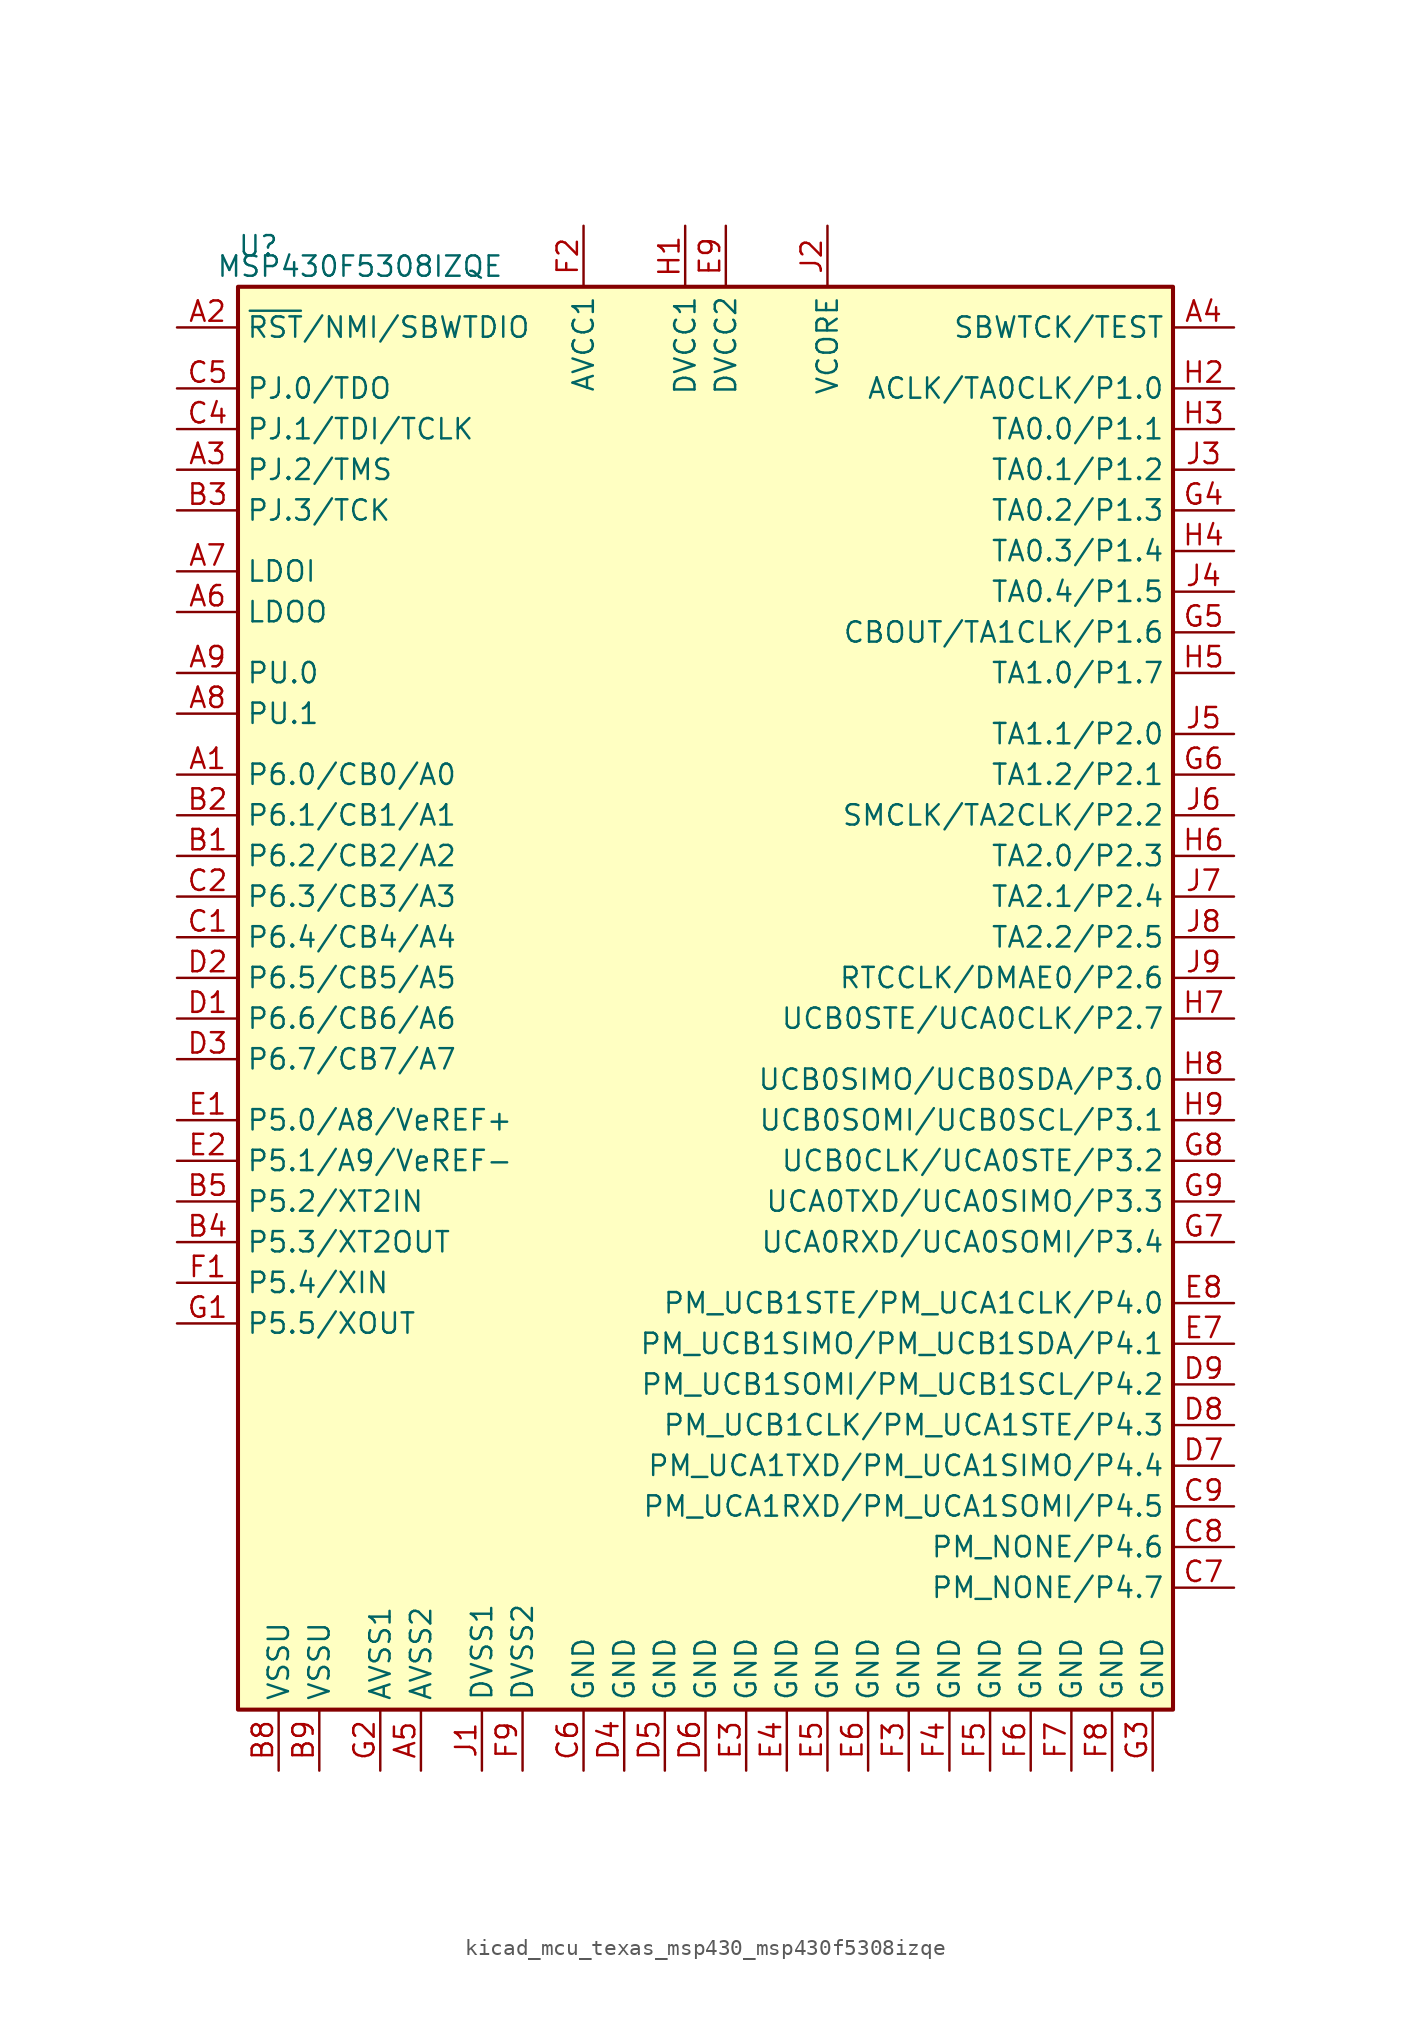
<source format=kicad_sym>
(kicad_symbol_lib
  (version 20220914)
  (generator kicad_symbol_editor)
  (symbol "kicad_mcu_texas_msp430_msp430f5308izqe"
    (property "Reference" "U"
      (at -27.94 46.99 0)
      (effects (font (size 1.27 1.27))))
    (property "Value" "MSP430F5308IZQE"
      (at -21.59 45.72 0)
      (effects (font (size 1.27 1.27))))
    (symbol "kicad_mcu_texas_msp430_msp430f5308izqe_0_1"
      (rectangle (start -29.21 44.45) (end 29.21 -44.45) (stroke (width 0.254) (type default)) (fill (type background))))
    (symbol "kicad_mcu_texas_msp430_msp430f5308izqe_1_1"
      (pin bidirectional line (at -33.02 13.97 0) (length 3.81) (name "P6.0/CB0/A0" (effects (font (size 1.27 1.27)))) (number "A1" (effects (font (size 1.27 1.27)))))
      (pin input line (at -33.02 41.91 0) (length 3.81) (name "~{RST}/NMI/SBWTDIO" (effects (font (size 1.27 1.27)))) (number "A2" (effects (font (size 1.27 1.27)))))
      (pin bidirectional line (at -33.02 33.02 0) (length 3.81) (name "PJ.2/TMS" (effects (font (size 1.27 1.27)))) (number "A3" (effects (font (size 1.27 1.27)))))
      (pin input line (at 33.02 41.91 180) (length 3.81) (name "SBWTCK/TEST" (effects (font (size 1.27 1.27)))) (number "A4" (effects (font (size 1.27 1.27)))))
      (pin power_in line (at -17.78 -48.26 90) (length 3.81) (name "AVSS2" (effects (font (size 1.27 1.27)))) (number "A5" (effects (font (size 1.27 1.27)))))
      (pin power_out line (at -33.02 24.13 0) (length 3.81) (name "LDOO" (effects (font (size 1.27 1.27)))) (number "A6" (effects (font (size 1.27 1.27)))))
      (pin power_in line (at -33.02 26.67 0) (length 3.81) (name "LDOI" (effects (font (size 1.27 1.27)))) (number "A7" (effects (font (size 1.27 1.27)))))
      (pin bidirectional line (at -33.02 17.78 0) (length 3.81) (name "PU.1" (effects (font (size 1.27 1.27)))) (number "A8" (effects (font (size 1.27 1.27)))))
      (pin bidirectional line (at -33.02 20.32 0) (length 3.81) (name "PU.0" (effects (font (size 1.27 1.27)))) (number "A9" (effects (font (size 1.27 1.27)))))
      (pin bidirectional line (at -33.02 8.89 0) (length 3.81) (name "P6.2/CB2/A2" (effects (font (size 1.27 1.27)))) (number "B1" (effects (font (size 1.27 1.27)))))
      (pin bidirectional line (at -33.02 11.43 0) (length 3.81) (name "P6.1/CB1/A1" (effects (font (size 1.27 1.27)))) (number "B2" (effects (font (size 1.27 1.27)))))
      (pin bidirectional line (at -33.02 30.48 0) (length 3.81) (name "PJ.3/TCK" (effects (font (size 1.27 1.27)))) (number "B3" (effects (font (size 1.27 1.27)))))
      (pin bidirectional line (at -33.02 -15.24 0) (length 3.81) (name "P5.3/XT2OUT" (effects (font (size 1.27 1.27)))) (number "B4" (effects (font (size 1.27 1.27)))))
      (pin bidirectional line (at -33.02 -12.7 0) (length 3.81) (name "P5.2/XT2IN" (effects (font (size 1.27 1.27)))) (number "B5" (effects (font (size 1.27 1.27)))))
      (pin power_in line (at -26.67 -48.26 90) (length 3.81) (name "VSSU" (effects (font (size 1.27 1.27)))) (number "B8" (effects (font (size 1.27 1.27)))))
      (pin power_in line (at -24.13 -48.26 90) (length 3.81) (name "VSSU" (effects (font (size 1.27 1.27)))) (number "B9" (effects (font (size 1.27 1.27)))))
      (pin bidirectional line (at -33.02 3.81 0) (length 3.81) (name "P6.4/CB4/A4" (effects (font (size 1.27 1.27)))) (number "C1" (effects (font (size 1.27 1.27)))))
      (pin bidirectional line (at -33.02 6.35 0) (length 3.81) (name "P6.3/CB3/A3" (effects (font (size 1.27 1.27)))) (number "C2" (effects (font (size 1.27 1.27)))))
      (pin bidirectional line (at -33.02 35.56 0) (length 3.81) (name "PJ.1/TDI/TCLK" (effects (font (size 1.27 1.27)))) (number "C4" (effects (font (size 1.27 1.27)))))
      (pin bidirectional line (at -33.02 38.1 0) (length 3.81) (name "PJ.0/TDO" (effects (font (size 1.27 1.27)))) (number "C5" (effects (font (size 1.27 1.27)))))
      (pin power_in line (at -7.62 -48.26 90) (length 3.81) (name "GND" (effects (font (size 1.27 1.27)))) (number "C6" (effects (font (size 1.27 1.27)))))
      (pin bidirectional line (at 33.02 -36.83 180) (length 3.81) (name "PM_NONE/P4.7" (effects (font (size 1.27 1.27)))) (number "C7" (effects (font (size 1.27 1.27)))))
      (pin bidirectional line (at 33.02 -34.29 180) (length 3.81) (name "PM_NONE/P4.6" (effects (font (size 1.27 1.27)))) (number "C8" (effects (font (size 1.27 1.27)))))
      (pin bidirectional line (at 33.02 -31.75 180) (length 3.81) (name "PM_UCA1RXD/PM_UCA1SOMI/P4.5" (effects (font (size 1.27 1.27)))) (number "C9" (effects (font (size 1.27 1.27)))))
      (pin bidirectional line (at -33.02 -1.27 0) (length 3.81) (name "P6.6/CB6/A6" (effects (font (size 1.27 1.27)))) (number "D1" (effects (font (size 1.27 1.27)))))
      (pin bidirectional line (at -33.02 1.27 0) (length 3.81) (name "P6.5/CB5/A5" (effects (font (size 1.27 1.27)))) (number "D2" (effects (font (size 1.27 1.27)))))
      (pin bidirectional line (at -33.02 -3.81 0) (length 3.81) (name "P6.7/CB7/A7" (effects (font (size 1.27 1.27)))) (number "D3" (effects (font (size 1.27 1.27)))))
      (pin power_in line (at -5.08 -48.26 90) (length 3.81) (name "GND" (effects (font (size 1.27 1.27)))) (number "D4" (effects (font (size 1.27 1.27)))))
      (pin power_in line (at -2.54 -48.26 90) (length 3.81) (name "GND" (effects (font (size 1.27 1.27)))) (number "D5" (effects (font (size 1.27 1.27)))))
      (pin power_in line (at 0 -48.26 90) (length 3.81) (name "GND" (effects (font (size 1.27 1.27)))) (number "D6" (effects (font (size 1.27 1.27)))))
      (pin bidirectional line (at 33.02 -29.21 180) (length 3.81) (name "PM_UCA1TXD/PM_UCA1SIMO/P4.4" (effects (font (size 1.27 1.27)))) (number "D7" (effects (font (size 1.27 1.27)))))
      (pin bidirectional line (at 33.02 -26.67 180) (length 3.81) (name "PM_UCB1CLK/PM_UCA1STE/P4.3" (effects (font (size 1.27 1.27)))) (number "D8" (effects (font (size 1.27 1.27)))))
      (pin bidirectional line (at 33.02 -24.13 180) (length 3.81) (name "PM_UCB1SOMI/PM_UCB1SCL/P4.2" (effects (font (size 1.27 1.27)))) (number "D9" (effects (font (size 1.27 1.27)))))
      (pin bidirectional line (at -33.02 -7.62 0) (length 3.81) (name "P5.0/A8/VeREF+" (effects (font (size 1.27 1.27)))) (number "E1" (effects (font (size 1.27 1.27)))))
      (pin bidirectional line (at -33.02 -10.16 0) (length 3.81) (name "P5.1/A9/VeREF-" (effects (font (size 1.27 1.27)))) (number "E2" (effects (font (size 1.27 1.27)))))
      (pin power_in line (at 2.54 -48.26 90) (length 3.81) (name "GND" (effects (font (size 1.27 1.27)))) (number "E3" (effects (font (size 1.27 1.27)))))
      (pin power_in line (at 5.08 -48.26 90) (length 3.81) (name "GND" (effects (font (size 1.27 1.27)))) (number "E4" (effects (font (size 1.27 1.27)))))
      (pin power_in line (at 7.62 -48.26 90) (length 3.81) (name "GND" (effects (font (size 1.27 1.27)))) (number "E5" (effects (font (size 1.27 1.27)))))
      (pin power_in line (at 10.16 -48.26 90) (length 3.81) (name "GND" (effects (font (size 1.27 1.27)))) (number "E6" (effects (font (size 1.27 1.27)))))
      (pin bidirectional line (at 33.02 -21.59 180) (length 3.81) (name "PM_UCB1SIMO/PM_UCB1SDA/P4.1" (effects (font (size 1.27 1.27)))) (number "E7" (effects (font (size 1.27 1.27)))))
      (pin bidirectional line (at 33.02 -19.05 180) (length 3.81) (name "PM_UCB1STE/PM_UCA1CLK/P4.0" (effects (font (size 1.27 1.27)))) (number "E8" (effects (font (size 1.27 1.27)))))
      (pin power_in line (at 1.27 48.26 270) (length 3.81) (name "DVCC2" (effects (font (size 1.27 1.27)))) (number "E9" (effects (font (size 1.27 1.27)))))
      (pin bidirectional line (at -33.02 -17.78 0) (length 3.81) (name "P5.4/XIN" (effects (font (size 1.27 1.27)))) (number "F1" (effects (font (size 1.27 1.27)))))
      (pin power_in line (at -7.62 48.26 270) (length 3.81) (name "AVCC1" (effects (font (size 1.27 1.27)))) (number "F2" (effects (font (size 1.27 1.27)))))
      (pin power_in line (at 12.7 -48.26 90) (length 3.81) (name "GND" (effects (font (size 1.27 1.27)))) (number "F3" (effects (font (size 1.27 1.27)))))
      (pin power_in line (at 15.24 -48.26 90) (length 3.81) (name "GND" (effects (font (size 1.27 1.27)))) (number "F4" (effects (font (size 1.27 1.27)))))
      (pin power_in line (at 17.78 -48.26 90) (length 3.81) (name "GND" (effects (font (size 1.27 1.27)))) (number "F5" (effects (font (size 1.27 1.27)))))
      (pin power_in line (at 20.32 -48.26 90) (length 3.81) (name "GND" (effects (font (size 1.27 1.27)))) (number "F6" (effects (font (size 1.27 1.27)))))
      (pin power_in line (at 22.86 -48.26 90) (length 3.81) (name "GND" (effects (font (size 1.27 1.27)))) (number "F7" (effects (font (size 1.27 1.27)))))
      (pin power_in line (at 25.4 -48.26 90) (length 3.81) (name "GND" (effects (font (size 1.27 1.27)))) (number "F8" (effects (font (size 1.27 1.27)))))
      (pin power_in line (at -11.43 -48.26 90) (length 3.81) (name "DVSS2" (effects (font (size 1.27 1.27)))) (number "F9" (effects (font (size 1.27 1.27)))))
      (pin bidirectional line (at -33.02 -20.32 0) (length 3.81) (name "P5.5/XOUT" (effects (font (size 1.27 1.27)))) (number "G1" (effects (font (size 1.27 1.27)))))
      (pin power_in line (at -20.32 -48.26 90) (length 3.81) (name "AVSS1" (effects (font (size 1.27 1.27)))) (number "G2" (effects (font (size 1.27 1.27)))))
      (pin power_in line (at 27.94 -48.26 90) (length 3.81) (name "GND" (effects (font (size 1.27 1.27)))) (number "G3" (effects (font (size 1.27 1.27)))))
      (pin bidirectional line (at 33.02 30.48 180) (length 3.81) (name "TA0.2/P1.3" (effects (font (size 1.27 1.27)))) (number "G4" (effects (font (size 1.27 1.27)))))
      (pin bidirectional line (at 33.02 22.86 180) (length 3.81) (name "CBOUT/TA1CLK/P1.6" (effects (font (size 1.27 1.27)))) (number "G5" (effects (font (size 1.27 1.27)))))
      (pin bidirectional line (at 33.02 13.97 180) (length 3.81) (name "TA1.2/P2.1" (effects (font (size 1.27 1.27)))) (number "G6" (effects (font (size 1.27 1.27)))))
      (pin bidirectional line (at 33.02 -15.24 180) (length 3.81) (name "UCA0RXD/UCA0SOMI/P3.4" (effects (font (size 1.27 1.27)))) (number "G7" (effects (font (size 1.27 1.27)))))
      (pin bidirectional line (at 33.02 -10.16 180) (length 3.81) (name "UCB0CLK/UCA0STE/P3.2" (effects (font (size 1.27 1.27)))) (number "G8" (effects (font (size 1.27 1.27)))))
      (pin bidirectional line (at 33.02 -12.7 180) (length 3.81) (name "UCA0TXD/UCA0SIMO/P3.3" (effects (font (size 1.27 1.27)))) (number "G9" (effects (font (size 1.27 1.27)))))
      (pin power_in line (at -1.27 48.26 270) (length 3.81) (name "DVCC1" (effects (font (size 1.27 1.27)))) (number "H1" (effects (font (size 1.27 1.27)))))
      (pin bidirectional line (at 33.02 38.1 180) (length 3.81) (name "ACLK/TA0CLK/P1.0" (effects (font (size 1.27 1.27)))) (number "H2" (effects (font (size 1.27 1.27)))))
      (pin bidirectional line (at 33.02 35.56 180) (length 3.81) (name "TA0.0/P1.1" (effects (font (size 1.27 1.27)))) (number "H3" (effects (font (size 1.27 1.27)))))
      (pin bidirectional line (at 33.02 27.94 180) (length 3.81) (name "TA0.3/P1.4" (effects (font (size 1.27 1.27)))) (number "H4" (effects (font (size 1.27 1.27)))))
      (pin bidirectional line (at 33.02 20.32 180) (length 3.81) (name "TA1.0/P1.7" (effects (font (size 1.27 1.27)))) (number "H5" (effects (font (size 1.27 1.27)))))
      (pin bidirectional line (at 33.02 8.89 180) (length 3.81) (name "TA2.0/P2.3" (effects (font (size 1.27 1.27)))) (number "H6" (effects (font (size 1.27 1.27)))))
      (pin bidirectional line (at 33.02 -1.27 180) (length 3.81) (name "UCB0STE/UCA0CLK/P2.7" (effects (font (size 1.27 1.27)))) (number "H7" (effects (font (size 1.27 1.27)))))
      (pin bidirectional line (at 33.02 -5.08 180) (length 3.81) (name "UCB0SIMO/UCB0SDA/P3.0" (effects (font (size 1.27 1.27)))) (number "H8" (effects (font (size 1.27 1.27)))))
      (pin bidirectional line (at 33.02 -7.62 180) (length 3.81) (name "UCB0SOMI/UCB0SCL/P3.1" (effects (font (size 1.27 1.27)))) (number "H9" (effects (font (size 1.27 1.27)))))
      (pin power_in line (at -13.97 -48.26 90) (length 3.81) (name "DVSS1" (effects (font (size 1.27 1.27)))) (number "J1" (effects (font (size 1.27 1.27)))))
      (pin bidirectional line (at 7.62 48.26 270) (length 3.81) (name "VCORE" (effects (font (size 1.27 1.27)))) (number "J2" (effects (font (size 1.27 1.27)))))
      (pin bidirectional line (at 33.02 33.02 180) (length 3.81) (name "TA0.1/P1.2" (effects (font (size 1.27 1.27)))) (number "J3" (effects (font (size 1.27 1.27)))))
      (pin bidirectional line (at 33.02 25.4 180) (length 3.81) (name "TA0.4/P1.5" (effects (font (size 1.27 1.27)))) (number "J4" (effects (font (size 1.27 1.27)))))
      (pin bidirectional line (at 33.02 16.51 180) (length 3.81) (name "TA1.1/P2.0" (effects (font (size 1.27 1.27)))) (number "J5" (effects (font (size 1.27 1.27)))))
      (pin bidirectional line (at 33.02 11.43 180) (length 3.81) (name "SMCLK/TA2CLK/P2.2" (effects (font (size 1.27 1.27)))) (number "J6" (effects (font (size 1.27 1.27)))))
      (pin bidirectional line (at 33.02 6.35 180) (length 3.81) (name "TA2.1/P2.4" (effects (font (size 1.27 1.27)))) (number "J7" (effects (font (size 1.27 1.27)))))
      (pin bidirectional line (at 33.02 3.81 180) (length 3.81) (name "TA2.2/P2.5" (effects (font (size 1.27 1.27)))) (number "J8" (effects (font (size 1.27 1.27)))))
      (pin bidirectional line (at 33.02 1.27 180) (length 3.81) (name "RTCCLK/DMAE0/P2.6" (effects (font (size 1.27 1.27)))) (number "J9" (effects (font (size 1.27 1.27))))))))
</source>
